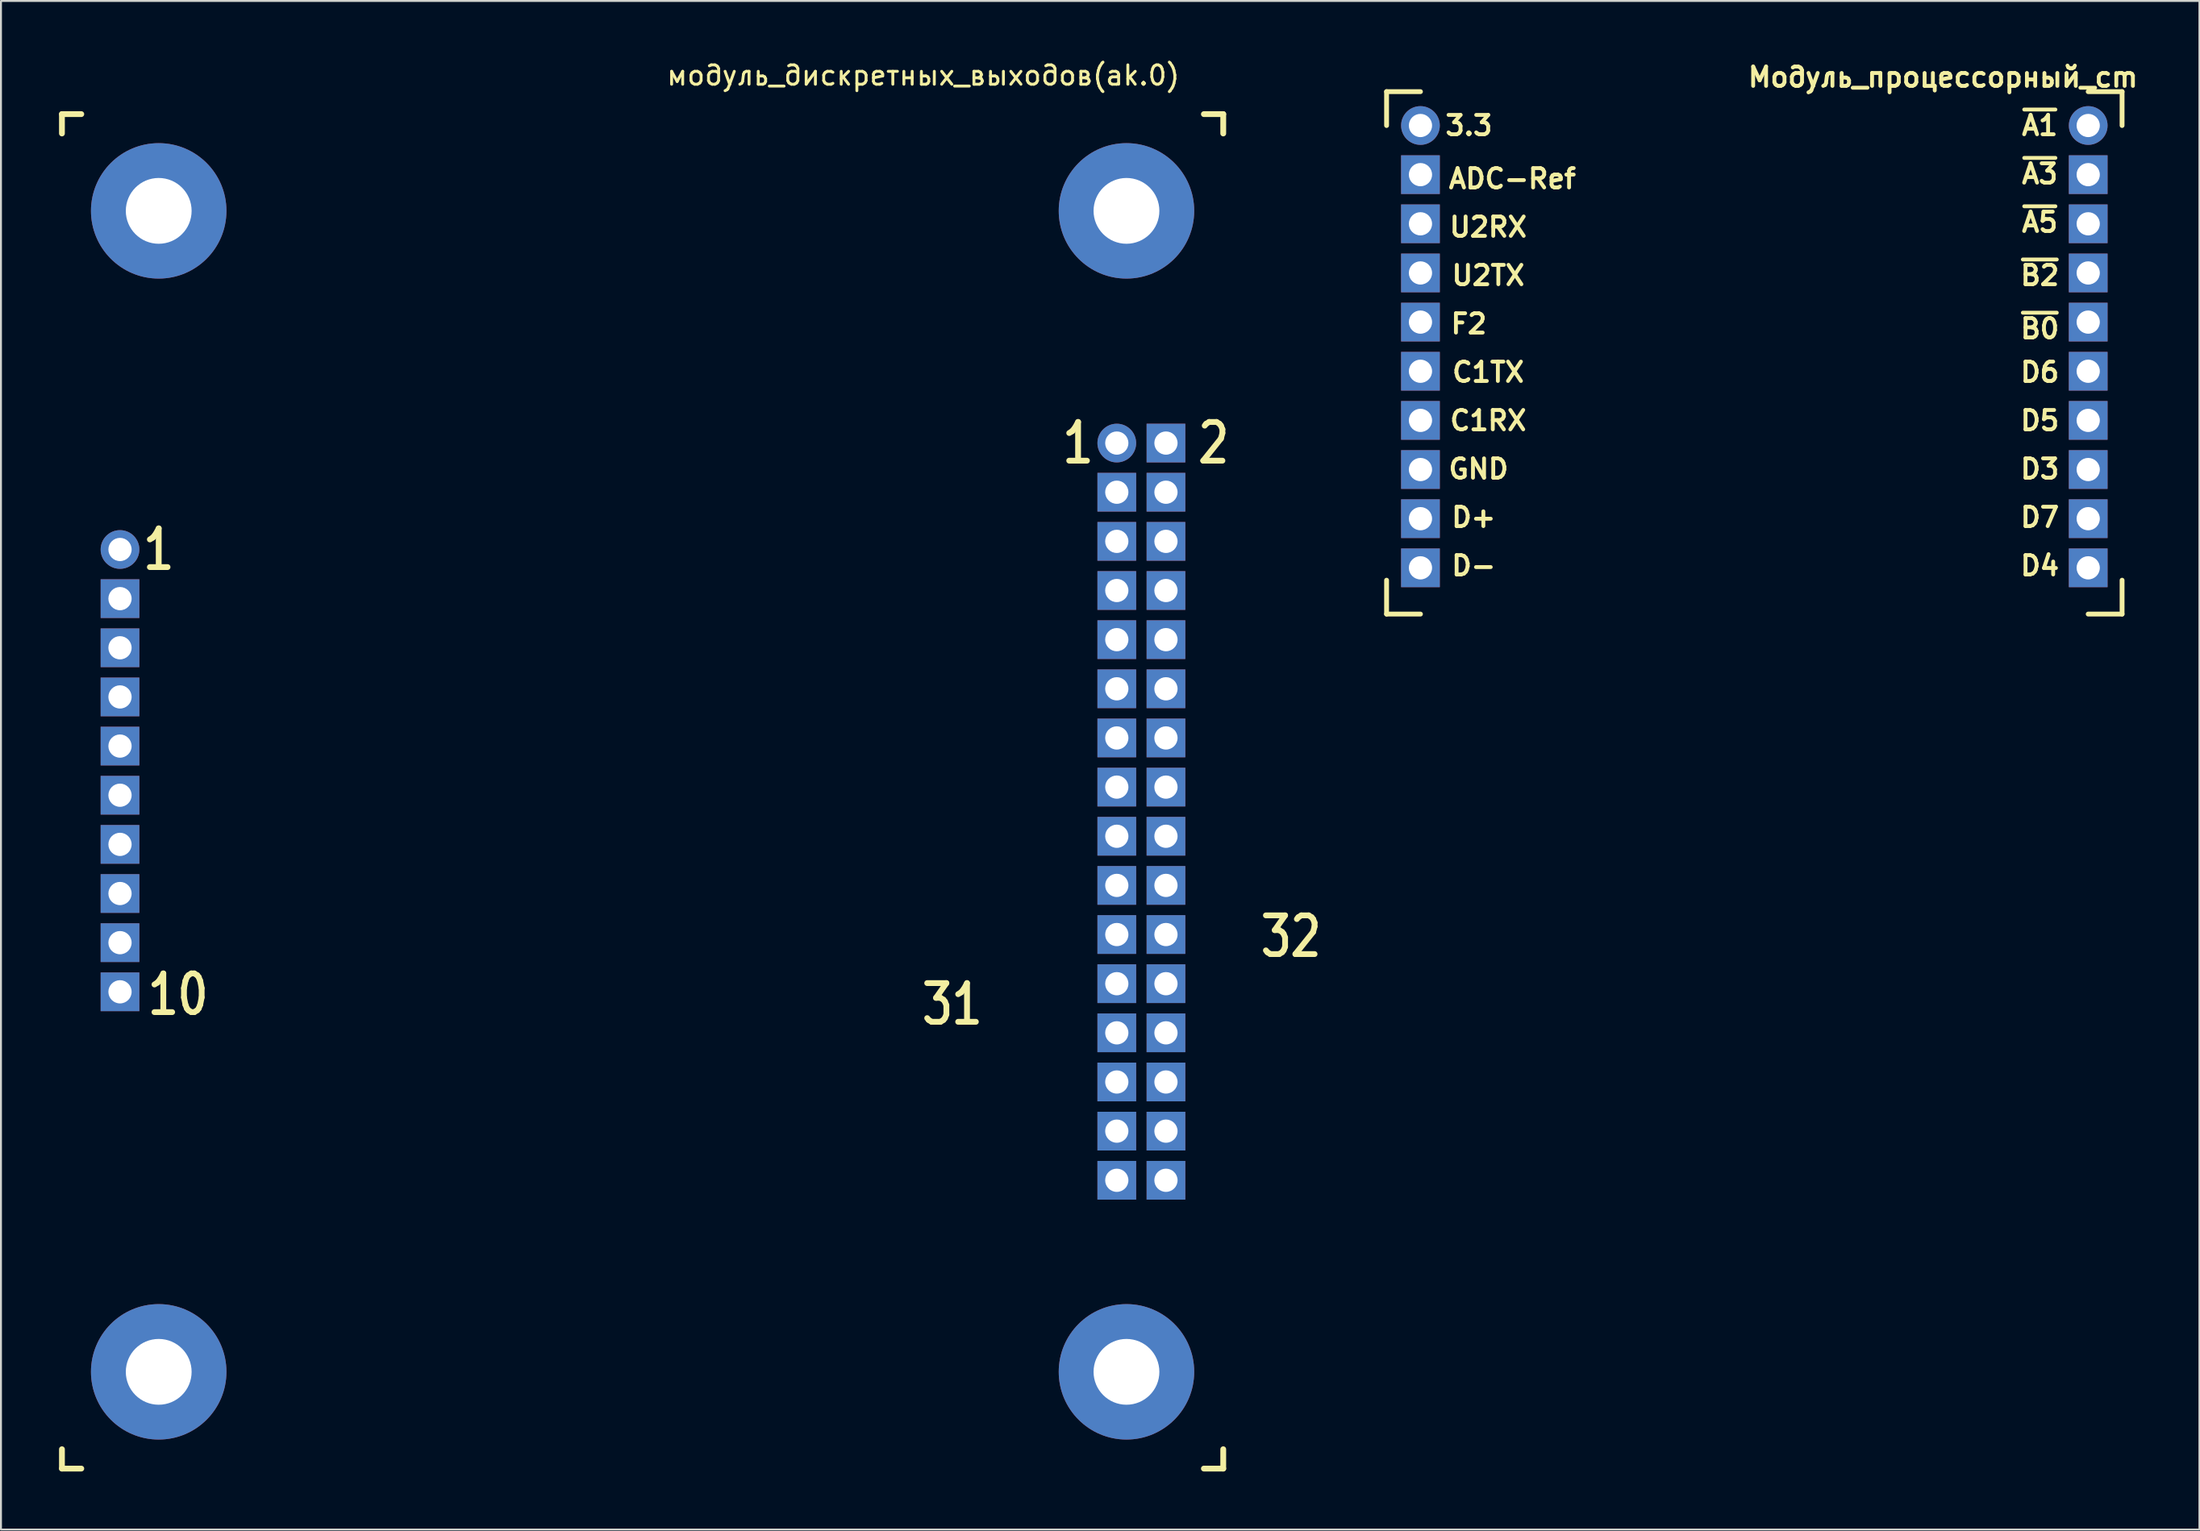
<source format=kicad_pcb>
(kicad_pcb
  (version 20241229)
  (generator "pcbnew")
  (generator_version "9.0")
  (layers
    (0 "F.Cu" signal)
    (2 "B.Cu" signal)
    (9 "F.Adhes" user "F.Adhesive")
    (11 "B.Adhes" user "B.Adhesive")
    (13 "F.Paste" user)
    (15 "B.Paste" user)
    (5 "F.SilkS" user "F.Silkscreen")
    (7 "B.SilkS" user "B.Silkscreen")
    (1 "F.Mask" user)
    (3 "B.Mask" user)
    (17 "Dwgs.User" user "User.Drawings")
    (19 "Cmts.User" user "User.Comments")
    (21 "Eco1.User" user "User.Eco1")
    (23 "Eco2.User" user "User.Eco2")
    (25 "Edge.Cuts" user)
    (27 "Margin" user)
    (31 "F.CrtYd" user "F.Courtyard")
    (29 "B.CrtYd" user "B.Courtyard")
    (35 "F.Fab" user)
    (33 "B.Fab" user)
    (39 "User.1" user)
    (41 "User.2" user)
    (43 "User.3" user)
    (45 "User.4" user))
  (footprint "Модуль_процессорный_cm"
    (layer "F.Cu")
    (at 70.339 3.436)
    (property "Reference" "Модуль_процессорный_cm" (at 27 -2.5 0) (layer "F.SilkS") (effects (font (size 1 1) (thickness 0.2))))
    (attr through_hole)
    (fp_line (start -1.75 -1.75) (end -1.75 0) (stroke (width 0.25) (type solid)) (layer "F.SilkS"))
    (fp_line (start -1.75 -1.75) (end 0 -1.75) (stroke (width 0.25) (type solid)) (layer "F.SilkS"))
    (fp_line (start -1.75 25.25) (end -1.75 23.5) (stroke (width 0.25) (type solid)) (layer "F.SilkS"))
    (fp_line (start -1.75 25.25) (end 0 25.25) (stroke (width 0.25) (type solid)) (layer "F.SilkS"))
    (fp_line (start 36.25 -1.75) (end 34.5 -1.75) (stroke (width 0.25) (type solid)) (layer "F.SilkS"))
    (fp_line (start 36.25 -1.75) (end 36.25 0) (stroke (width 0.25) (type solid)) (layer "F.SilkS"))
    (fp_line (start 36.25 25.25) (end 34.5 25.25) (stroke (width 0.25) (type solid)) (layer "F.SilkS"))
    (fp_line (start 36.25 25.25) (end 36.25 23.5) (stroke (width 0.25) (type solid)) (layer "F.SilkS"))
    (fp_text user "~{B2}" (at 32 7.75 0) (layer "F.SilkS") (effects (font (size 1 1) (thickness 0.2))))
    (fp_text user "D3" (at 32 17.75 0) (layer "F.SilkS") (effects (font (size 1 1) (thickness 0.2))))
    (fp_text user "D-" (at 2.75 22.75 0) (layer "F.SilkS") (effects (font (size 1 1) (thickness 0.2))))
    (fp_text user "~{B0}" (at 32 10.5 0) (layer "F.SilkS") (effects (font (size 1 1) (thickness 0.2))))
    (fp_text user "3.3" (at 2.5 0 0) (layer "F.SilkS") (effects (font (size 1 1) (thickness 0.2))))
    (fp_text user "C1TX" (at 3.5 12.75 0) (layer "F.SilkS") (effects (font (size 1 1) (thickness 0.2))))
    (fp_text user "~{A3}" (at 32 2.5 0) (layer "F.SilkS") (effects (font (size 1 1) (thickness 0.2))))
    (fp_text user "D5" (at 32 15.25 0) (layer "F.SilkS") (effects (font (size 1 1) (thickness 0.2))))
    (fp_text user "~{A1}" (at 32 0 0) (layer "F.SilkS") (effects (font (size 1 1) (thickness 0.2))))
    (fp_text user "D4" (at 32 22.75 0) (layer "F.SilkS") (effects (font (size 1 1) (thickness 0.2))))
    (fp_text user "U2RX" (at 3.5 5.25 0) (layer "F.SilkS") (effects (font (size 1 1) (thickness 0.2))))
    (fp_text user "~{A5}" (at 32 5 0) (layer "F.SilkS") (effects (font (size 1 1) (thickness 0.2))))
    (fp_text user "C1RX" (at 3.5 15.25 0) (layer "F.SilkS") (effects (font (size 1 1) (thickness 0.2))))
    (fp_text user "GND" (at 3 17.75 0) (layer "F.SilkS") (effects (font (size 1 1) (thickness 0.2))))
    (fp_text user "D6" (at 32 12.75 0) (layer "F.SilkS") (effects (font (size 1 1) (thickness 0.2))))
    (fp_text user "D7" (at 32 20.25 0) (layer "F.SilkS") (effects (font (size 1 1) (thickness 0.2))))
    (fp_text user "U2TX" (at 3.5 7.75 0) (layer "F.SilkS") (effects (font (size 1 1) (thickness 0.2))))
    (fp_text user "D+" (at 2.75 20.25 0) (layer "F.SilkS") (effects (font (size 1 1) (thickness 0.2))))
    (fp_text user "ADC-Ref" (at 4.75 2.75 0) (layer "F.SilkS") (effects (font (size 1 1) (thickness 0.2))))
    (fp_text user "F2" (at 2.5 10.25 0) (layer "F.SilkS") (effects (font (size 1 1) (thickness 0.2))))
    (pad "1" thru_hole circle (at 0 0) (size 2 2) (drill 1.2) (layers "*.Cu" "*.Mask"))
    (pad "2" thru_hole rect (at 0 2.54) (size 2 2) (drill 1.2) (layers "*.Cu" "*.Mask"))
    (pad "3" thru_hole rect (at 0 5.08) (size 2 2) (drill 1.2) (layers "*.Cu" "*.Mask"))
    (pad "4" thru_hole rect (at 0 7.62) (size 2 2) (drill 1.2) (layers "*.Cu" "*.Mask"))
    (pad "5" thru_hole rect (at 0 10.16) (size 2 2) (drill 1.2) (layers "*.Cu" "*.Mask"))
    (pad "6" thru_hole rect (at 0 12.7) (size 2 2) (drill 1.2) (layers "*.Cu" "*.Mask"))
    (pad "7" thru_hole rect (at 0 15.24) (size 2 2) (drill 1.2) (layers "*.Cu" "*.Mask"))
    (pad "8" thru_hole rect (at 0 17.78) (size 2 2) (drill 1.2) (layers "*.Cu" "*.Mask"))
    (pad "9" thru_hole rect (at 0 20.32) (size 2 2) (drill 1.2) (layers "*.Cu" "*.Mask"))
    (pad "10" thru_hole rect (at 0 22.86) (size 2 2) (drill 1.2) (layers "*.Cu" "*.Mask"))
    (pad "11" thru_hole circle (at 34.5 0) (size 2 2) (drill 1.2) (layers "*.Cu" "*.Mask"))
    (pad "12" thru_hole rect (at 34.5 2.54) (size 2 2) (drill 1.2) (layers "*.Cu" "*.Mask"))
    (pad "13" thru_hole rect (at 34.5 5.08) (size 2 2) (drill 1.2) (layers "*.Cu" "*.Mask"))
    (pad "14" thru_hole rect (at 34.5 7.62) (size 2 2) (drill 1.2) (layers "*.Cu" "*.Mask"))
    (pad "15" thru_hole rect (at 34.5 10.16) (size 2 2) (drill 1.2) (layers "*.Cu" "*.Mask"))
    (pad "16" thru_hole rect (at 34.5 12.7) (size 2 2) (drill 1.2) (layers "*.Cu" "*.Mask"))
    (pad "17" thru_hole rect (at 34.5 15.24) (size 2 2) (drill 1.2) (layers "*.Cu" "*.Mask"))
    (pad "18" thru_hole rect (at 34.5 17.78) (size 2 2) (drill 1.2) (layers "*.Cu" "*.Mask"))
    (pad "19" thru_hole rect (at 34.5 20.32) (size 2 2) (drill 1.2) (layers "*.Cu" "*.Mask"))
    (pad "20" thru_hole rect (at 34.5 22.86) (size 2 2) (drill 1.2) (layers "*.Cu" "*.Mask")))
  (footprint "модуль_дискретных_выходов(ak.0)"
    (layer "F.Cu")
    (at 3.15 25.348)
    (property "Reference" "модуль_дискретных_выходов(ak.0)" (at 41.5 -24.5 0) (layer "F.SilkS") (effects (font (size 1 1) (thickness 0.15))))
    (attr through_hole)
    (fp_line (start -3 -22.5) (end -3 -21.5) (stroke (width 0.3) (type solid)) (layer "F.SilkS"))
    (fp_line (start -3 -22.5) (end -2 -22.5) (stroke (width 0.3) (type solid)) (layer "F.SilkS"))
    (fp_line (start -3 47.5) (end -3 46.5) (stroke (width 0.3) (type solid)) (layer "F.SilkS"))
    (fp_line (start -3 47.5) (end -2 47.5) (stroke (width 0.3) (type solid)) (layer "F.SilkS"))
    (fp_line (start 57 -22.5) (end 56 -22.5) (stroke (width 0.3) (type solid)) (layer "F.SilkS"))
    (fp_line (start 57 -22.5) (end 57 -21.5) (stroke (width 0.3) (type solid)) (layer "F.SilkS"))
    (fp_line (start 57 47.5) (end 56 47.5) (stroke (width 0.3) (type solid)) (layer "F.SilkS"))
    (fp_line (start 57 47.5) (end 57 46.5) (stroke (width 0.3) (type solid)) (layer "F.SilkS"))
    (fp_text user "1" (at 49.5 -5.5 0) (layer "F.SilkS") (effects (font (size 2 1.6) (thickness 0.3))))
    (fp_text user "31" (at 43 23.5 0) (layer "F.SilkS") (effects (font (size 2 1.6) (thickness 0.3))))
    (fp_text user "2" (at 56.5 -5.5 0) (layer "F.SilkS") (effects (font (size 2 1.6) (thickness 0.3))))
    (fp_text user "1" (at 2 0 0) (layer "F.SilkS") (effects (font (size 2 1.6) (thickness 0.3))))
    (fp_text user "32" (at 60.5 20 0) (layer "F.SilkS") (effects (font (size 2 1.6) (thickness 0.3))))
    (fp_text user "10" (at 3 23 0) (layer "F.SilkS") (effects (font (size 2 1.6) (thickness 0.3))))
    (pad "" thru_hole circle (at 2 -17.5) (size 7 7) (drill 3.4) (layers "*.Cu" "*.Mask"))
    (pad "" thru_hole circle (at 2 42.5) (size 7 7) (drill 3.4) (layers "*.Cu" "*.Mask"))
    (pad "" thru_hole circle (at 52 -17.5) (size 7 7) (drill 3.4) (layers "*.Cu" "*.Mask"))
    (pad "" thru_hole circle (at 52 42.5) (size 7 7) (drill 3.4) (layers "*.Cu" "*.Mask"))
    (pad "1" thru_hole circle (at 0 0) (size 2 2) (drill 1.2) (layers "*.Cu" "*.Mask"))
    (pad "2" thru_hole rect (at 0 2.54) (size 2 2) (drill 1.2) (layers "*.Cu" "*.Mask"))
    (pad "3" thru_hole rect (at 0 5.08) (size 2 2) (drill 1.2) (layers "*.Cu" "*.Mask"))
    (pad "4" thru_hole rect (at 0 7.62) (size 2 2) (drill 1.2) (layers "*.Cu" "*.Mask"))
    (pad "5" thru_hole rect (at 0 10.16) (size 2 2) (drill 1.2) (layers "*.Cu" "*.Mask"))
    (pad "6" thru_hole rect (at 0 12.7) (size 2 2) (drill 1.2) (layers "*.Cu" "*.Mask"))
    (pad "7" thru_hole rect (at 0 15.24) (size 2 2) (drill 1.2) (layers "*.Cu" "*.Mask"))
    (pad "8" thru_hole rect (at 0 17.78) (size 2 2) (drill 1.2) (layers "*.Cu" "*.Mask"))
    (pad "9" thru_hole rect (at 0 20.32) (size 2 2) (drill 1.2) (layers "*.Cu" "*.Mask"))
    (pad "10" thru_hole rect (at 0 22.86) (size 2 2) (drill 1.2) (layers "*.Cu" "*.Mask"))
    (pad "11" thru_hole circle (at 51.5 -5.5) (size 2 2) (drill 1.2) (layers "*.Cu" "*.Mask"))
    (pad "11" thru_hole rect (at 54.04 -5.5) (size 2 2) (drill 1.2) (layers "*.Cu" "*.Mask"))
    (pad "12" thru_hole rect (at 51.5 -2.96) (size 2 2) (drill 1.2) (layers "*.Cu" "*.Mask"))
    (pad "12" thru_hole rect (at 54.04 -2.96) (size 2 2) (drill 1.2) (layers "*.Cu" "*.Mask"))
    (pad "13" thru_hole rect (at 51.5 -0.42) (size 2 2) (drill 1.2) (layers "*.Cu" "*.Mask"))
    (pad "13" thru_hole rect (at 54.04 -0.42) (size 2 2) (drill 1.2) (layers "*.Cu" "*.Mask"))
    (pad "14" thru_hole rect (at 51.5 2.12) (size 2 2) (drill 1.2) (layers "*.Cu" "*.Mask"))
    (pad "14" thru_hole rect (at 54.04 2.12) (size 2 2) (drill 1.2) (layers "*.Cu" "*.Mask"))
    (pad "15" thru_hole rect (at 51.5 4.66) (size 2 2) (drill 1.2) (layers "*.Cu" "*.Mask"))
    (pad "15" thru_hole rect (at 54.04 4.66) (size 2 2) (drill 1.2) (layers "*.Cu" "*.Mask"))
    (pad "16" thru_hole rect (at 51.5 7.2) (size 2 2) (drill 1.2) (layers "*.Cu" "*.Mask"))
    (pad "16" thru_hole rect (at 54.04 7.2) (size 2 2) (drill 1.2) (layers "*.Cu" "*.Mask"))
    (pad "17" thru_hole rect (at 51.5 9.74) (size 2 2) (drill 1.2) (layers "*.Cu" "*.Mask"))
    (pad "17" thru_hole rect (at 54.04 9.74) (size 2 2) (drill 1.2) (layers "*.Cu" "*.Mask"))
    (pad "18" thru_hole rect (at 51.5 12.28) (size 2 2) (drill 1.2) (layers "*.Cu" "*.Mask"))
    (pad "18" thru_hole rect (at 54.04 12.28) (size 2 2) (drill 1.2) (layers "*.Cu" "*.Mask"))
    (pad "19" thru_hole rect (at 51.5 14.82) (size 2 2) (drill 1.2) (layers "*.Cu" "*.Mask"))
    (pad "19" thru_hole rect (at 54.04 14.82) (size 2 2) (drill 1.2) (layers "*.Cu" "*.Mask"))
    (pad "20" thru_hole rect (at 51.5 17.36) (size 2 2) (drill 1.2) (layers "*.Cu" "*.Mask"))
    (pad "20" thru_hole rect (at 54.04 17.36) (size 2 2) (drill 1.2) (layers "*.Cu" "*.Mask"))
    (pad "21" thru_hole rect (at 51.5 19.9) (size 2 2) (drill 1.2) (layers "*.Cu" "*.Mask"))
    (pad "21" thru_hole rect (at 54.04 19.9) (size 2 2) (drill 1.2) (layers "*.Cu" "*.Mask"))
    (pad "22" thru_hole rect (at 51.5 22.44) (size 2 2) (drill 1.2) (layers "*.Cu" "*.Mask"))
    (pad "22" thru_hole rect (at 54.04 22.44) (size 2 2) (drill 1.2) (layers "*.Cu" "*.Mask"))
    (pad "23" thru_hole rect (at 51.5 24.98) (size 2 2) (drill 1.2) (layers "*.Cu" "*.Mask"))
    (pad "23" thru_hole rect (at 54.04 24.98) (size 2 2) (drill 1.2) (layers "*.Cu" "*.Mask"))
    (pad "24" thru_hole rect (at 51.5 27.52) (size 2 2) (drill 1.2) (layers "*.Cu" "*.Mask"))
    (pad "24" thru_hole rect (at 54.04 27.52) (size 2 2) (drill 1.2) (layers "*.Cu" "*.Mask"))
    (pad "25" thru_hole rect (at 51.5 30.06) (size 2 2) (drill 1.2) (layers "*.Cu" "*.Mask"))
    (pad "25" thru_hole rect (at 54.04 30.06) (size 2 2) (drill 1.2) (layers "*.Cu" "*.Mask"))
    (pad "26" thru_hole rect (at 51.5 32.6) (size 2 2) (drill 1.2) (layers "*.Cu" "*.Mask"))
    (pad "26" thru_hole rect (at 54.04 32.6) (size 2 2) (drill 1.2) (layers "*.Cu" "*.Mask")))
  (gr_rect
    (start -3 -3)
    (end 110.586 75.998)
    (stroke (width 0.1) (type default))
    (fill no)
    (layer "Edge.Cuts")))
</source>
